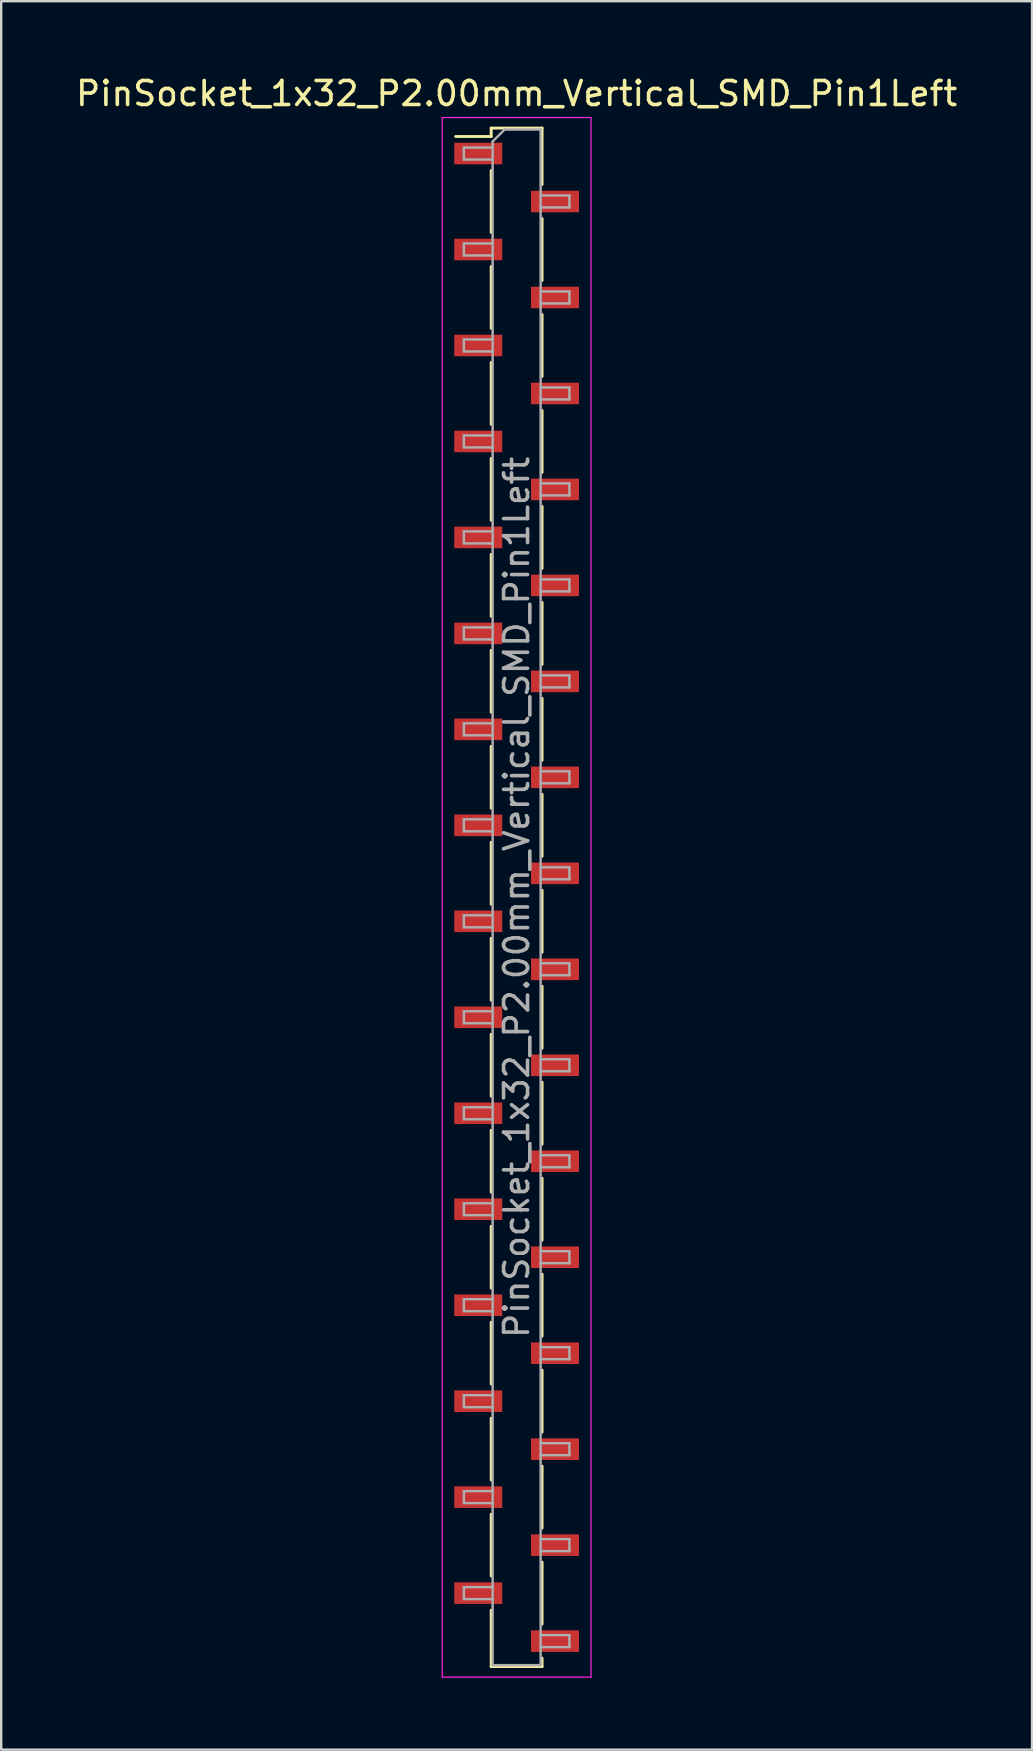
<source format=kicad_pcb>
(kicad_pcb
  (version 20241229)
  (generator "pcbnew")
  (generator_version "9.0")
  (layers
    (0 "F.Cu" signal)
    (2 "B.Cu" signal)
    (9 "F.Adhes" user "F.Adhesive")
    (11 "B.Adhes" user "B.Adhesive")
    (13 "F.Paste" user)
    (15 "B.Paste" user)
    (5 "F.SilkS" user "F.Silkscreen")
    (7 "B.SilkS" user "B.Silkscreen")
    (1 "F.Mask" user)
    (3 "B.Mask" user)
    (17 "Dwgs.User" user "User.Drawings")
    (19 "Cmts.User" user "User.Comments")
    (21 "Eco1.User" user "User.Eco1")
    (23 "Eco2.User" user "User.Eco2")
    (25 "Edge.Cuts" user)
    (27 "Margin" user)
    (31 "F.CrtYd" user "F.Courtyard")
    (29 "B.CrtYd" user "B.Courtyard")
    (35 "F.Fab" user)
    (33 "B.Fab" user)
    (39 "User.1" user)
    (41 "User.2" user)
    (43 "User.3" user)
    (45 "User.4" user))
  (footprint "PinSocket_1x32_P2.00mm_Vertical_SMD_Pin1Left"
    (layer "F.Cu")
    (at 18.482 34.348)
    (property "Reference" "PinSocket_1x32_P2.00mm_Vertical_SMD_Pin1Left" (at 0 -33.5 0) (layer "F.SilkS") (effects (font (size 1 1) (thickness 0.15))))
    (attr smd)
    (fp_line (start -2.54 -31.71) (end -1.06 -31.71) (stroke (width 0.12) (type solid)) (layer "F.SilkS"))
    (fp_line (start -1.06 -32.06) (end -1.06 -31.71) (stroke (width 0.12) (type solid)) (layer "F.SilkS"))
    (fp_line (start -1.06 -32.06) (end 1.06 -32.06) (stroke (width 0.12) (type solid)) (layer "F.SilkS"))
    (fp_line (start -1.06 -30.29) (end -1.06 -27.71) (stroke (width 0.12) (type solid)) (layer "F.SilkS"))
    (fp_line (start -1.06 -26.29) (end -1.06 -23.71) (stroke (width 0.12) (type solid)) (layer "F.SilkS"))
    (fp_line (start -1.06 -22.29) (end -1.06 -19.71) (stroke (width 0.12) (type solid)) (layer "F.SilkS"))
    (fp_line (start -1.06 -18.29) (end -1.06 -15.71) (stroke (width 0.12) (type solid)) (layer "F.SilkS"))
    (fp_line (start -1.06 -14.29) (end -1.06 -11.71) (stroke (width 0.12) (type solid)) (layer "F.SilkS"))
    (fp_line (start -1.06 -10.29) (end -1.06 -7.71) (stroke (width 0.12) (type solid)) (layer "F.SilkS"))
    (fp_line (start -1.06 -6.29) (end -1.06 -3.71) (stroke (width 0.12) (type solid)) (layer "F.SilkS"))
    (fp_line (start -1.06 -2.29) (end -1.06 0.29) (stroke (width 0.12) (type solid)) (layer "F.SilkS"))
    (fp_line (start -1.06 1.71) (end -1.06 4.29) (stroke (width 0.12) (type solid)) (layer "F.SilkS"))
    (fp_line (start -1.06 5.71) (end -1.06 8.29) (stroke (width 0.12) (type solid)) (layer "F.SilkS"))
    (fp_line (start -1.06 9.71) (end -1.06 12.29) (stroke (width 0.12) (type solid)) (layer "F.SilkS"))
    (fp_line (start -1.06 13.71) (end -1.06 16.29) (stroke (width 0.12) (type solid)) (layer "F.SilkS"))
    (fp_line (start -1.06 17.71) (end -1.06 20.29) (stroke (width 0.12) (type solid)) (layer "F.SilkS"))
    (fp_line (start -1.06 21.71) (end -1.06 24.29) (stroke (width 0.12) (type solid)) (layer "F.SilkS"))
    (fp_line (start -1.06 25.71) (end -1.06 28.29) (stroke (width 0.12) (type solid)) (layer "F.SilkS"))
    (fp_line (start -1.06 29.71) (end -1.06 32.06) (stroke (width 0.12) (type solid)) (layer "F.SilkS"))
    (fp_line (start -1.06 32.06) (end 1.06 32.06) (stroke (width 0.12) (type solid)) (layer "F.SilkS"))
    (fp_line (start 1.06 -32.06) (end 1.06 -29.71) (stroke (width 0.12) (type solid)) (layer "F.SilkS"))
    (fp_line (start 1.06 -28.29) (end 1.06 -25.71) (stroke (width 0.12) (type solid)) (layer "F.SilkS"))
    (fp_line (start 1.06 -24.29) (end 1.06 -21.71) (stroke (width 0.12) (type solid)) (layer "F.SilkS"))
    (fp_line (start 1.06 -20.29) (end 1.06 -17.71) (stroke (width 0.12) (type solid)) (layer "F.SilkS"))
    (fp_line (start 1.06 -16.29) (end 1.06 -13.71) (stroke (width 0.12) (type solid)) (layer "F.SilkS"))
    (fp_line (start 1.06 -12.29) (end 1.06 -9.71) (stroke (width 0.12) (type solid)) (layer "F.SilkS"))
    (fp_line (start 1.06 -8.29) (end 1.06 -5.71) (stroke (width 0.12) (type solid)) (layer "F.SilkS"))
    (fp_line (start 1.06 -4.29) (end 1.06 -1.71) (stroke (width 0.12) (type solid)) (layer "F.SilkS"))
    (fp_line (start 1.06 -0.29) (end 1.06 2.29) (stroke (width 0.12) (type solid)) (layer "F.SilkS"))
    (fp_line (start 1.06 3.71) (end 1.06 6.29) (stroke (width 0.12) (type solid)) (layer "F.SilkS"))
    (fp_line (start 1.06 7.71) (end 1.06 10.29) (stroke (width 0.12) (type solid)) (layer "F.SilkS"))
    (fp_line (start 1.06 11.71) (end 1.06 14.29) (stroke (width 0.12) (type solid)) (layer "F.SilkS"))
    (fp_line (start 1.06 15.71) (end 1.06 18.29) (stroke (width 0.12) (type solid)) (layer "F.SilkS"))
    (fp_line (start 1.06 19.71) (end 1.06 22.29) (stroke (width 0.12) (type solid)) (layer "F.SilkS"))
    (fp_line (start 1.06 23.71) (end 1.06 26.29) (stroke (width 0.12) (type solid)) (layer "F.SilkS"))
    (fp_line (start 1.06 27.71) (end 1.06 30.29) (stroke (width 0.12) (type solid)) (layer "F.SilkS"))
    (fp_line (start 1.06 31.71) (end 1.06 32.06) (stroke (width 0.12) (type solid)) (layer "F.SilkS"))
    (fp_line (start -3.1 -32.5) (end 3.1 -32.5) (stroke (width 0.05) (type solid)) (layer "F.CrtYd"))
    (fp_line (start -3.1 32.5) (end -3.1 -32.5) (stroke (width 0.05) (type solid)) (layer "F.CrtYd"))
    (fp_line (start 3.1 -32.5) (end 3.1 32.5) (stroke (width 0.05) (type solid)) (layer "F.CrtYd"))
    (fp_line (start 3.1 32.5) (end -3.1 32.5) (stroke (width 0.05) (type solid)) (layer "F.CrtYd"))
    (fp_line (start -2.2 -31.25) (end -1 -31.25) (stroke (width 0.1) (type solid)) (layer "F.Fab"))
    (fp_line (start -2.2 -30.75) (end -2.2 -31.25) (stroke (width 0.1) (type solid)) (layer "F.Fab"))
    (fp_line (start -2.2 -27.25) (end -1 -27.25) (stroke (width 0.1) (type solid)) (layer "F.Fab"))
    (fp_line (start -2.2 -26.75) (end -2.2 -27.25) (stroke (width 0.1) (type solid)) (layer "F.Fab"))
    (fp_line (start -2.2 -23.25) (end -1 -23.25) (stroke (width 0.1) (type solid)) (layer "F.Fab"))
    (fp_line (start -2.2 -22.75) (end -2.2 -23.25) (stroke (width 0.1) (type solid)) (layer "F.Fab"))
    (fp_line (start -2.2 -19.25) (end -1 -19.25) (stroke (width 0.1) (type solid)) (layer "F.Fab"))
    (fp_line (start -2.2 -18.75) (end -2.2 -19.25) (stroke (width 0.1) (type solid)) (layer "F.Fab"))
    (fp_line (start -2.2 -15.25) (end -1 -15.25) (stroke (width 0.1) (type solid)) (layer "F.Fab"))
    (fp_line (start -2.2 -14.75) (end -2.2 -15.25) (stroke (width 0.1) (type solid)) (layer "F.Fab"))
    (fp_line (start -2.2 -11.25) (end -1 -11.25) (stroke (width 0.1) (type solid)) (layer "F.Fab"))
    (fp_line (start -2.2 -10.75) (end -2.2 -11.25) (stroke (width 0.1) (type solid)) (layer "F.Fab"))
    (fp_line (start -2.2 -7.25) (end -1 -7.25) (stroke (width 0.1) (type solid)) (layer "F.Fab"))
    (fp_line (start -2.2 -6.75) (end -2.2 -7.25) (stroke (width 0.1) (type solid)) (layer "F.Fab"))
    (fp_line (start -2.2 -3.25) (end -1 -3.25) (stroke (width 0.1) (type solid)) (layer "F.Fab"))
    (fp_line (start -2.2 -2.75) (end -2.2 -3.25) (stroke (width 0.1) (type solid)) (layer "F.Fab"))
    (fp_line (start -2.2 0.75) (end -1 0.75) (stroke (width 0.1) (type solid)) (layer "F.Fab"))
    (fp_line (start -2.2 1.25) (end -2.2 0.75) (stroke (width 0.1) (type solid)) (layer "F.Fab"))
    (fp_line (start -2.2 4.75) (end -1 4.75) (stroke (width 0.1) (type solid)) (layer "F.Fab"))
    (fp_line (start -2.2 5.25) (end -2.2 4.75) (stroke (width 0.1) (type solid)) (layer "F.Fab"))
    (fp_line (start -2.2 8.75) (end -1 8.75) (stroke (width 0.1) (type solid)) (layer "F.Fab"))
    (fp_line (start -2.2 9.25) (end -2.2 8.75) (stroke (width 0.1) (type solid)) (layer "F.Fab"))
    (fp_line (start -2.2 12.75) (end -1 12.75) (stroke (width 0.1) (type solid)) (layer "F.Fab"))
    (fp_line (start -2.2 13.25) (end -2.2 12.75) (stroke (width 0.1) (type solid)) (layer "F.Fab"))
    (fp_line (start -2.2 16.75) (end -1 16.75) (stroke (width 0.1) (type solid)) (layer "F.Fab"))
    (fp_line (start -2.2 17.25) (end -2.2 16.75) (stroke (width 0.1) (type solid)) (layer "F.Fab"))
    (fp_line (start -2.2 20.75) (end -1 20.75) (stroke (width 0.1) (type solid)) (layer "F.Fab"))
    (fp_line (start -2.2 21.25) (end -2.2 20.75) (stroke (width 0.1) (type solid)) (layer "F.Fab"))
    (fp_line (start -2.2 24.75) (end -1 24.75) (stroke (width 0.1) (type solid)) (layer "F.Fab"))
    (fp_line (start -2.2 25.25) (end -2.2 24.75) (stroke (width 0.1) (type solid)) (layer "F.Fab"))
    (fp_line (start -2.2 28.75) (end -1 28.75) (stroke (width 0.1) (type solid)) (layer "F.Fab"))
    (fp_line (start -2.2 29.25) (end -2.2 28.75) (stroke (width 0.1) (type solid)) (layer "F.Fab"))
    (fp_line (start -1 -31.5) (end -0.5 -32) (stroke (width 0.1) (type solid)) (layer "F.Fab"))
    (fp_line (start -1 -30.75) (end -2.2 -30.75) (stroke (width 0.1) (type solid)) (layer "F.Fab"))
    (fp_line (start -1 -26.75) (end -2.2 -26.75) (stroke (width 0.1) (type solid)) (layer "F.Fab"))
    (fp_line (start -1 -22.75) (end -2.2 -22.75) (stroke (width 0.1) (type solid)) (layer "F.Fab"))
    (fp_line (start -1 -18.75) (end -2.2 -18.75) (stroke (width 0.1) (type solid)) (layer "F.Fab"))
    (fp_line (start -1 -14.75) (end -2.2 -14.75) (stroke (width 0.1) (type solid)) (layer "F.Fab"))
    (fp_line (start -1 -10.75) (end -2.2 -10.75) (stroke (width 0.1) (type solid)) (layer "F.Fab"))
    (fp_line (start -1 -6.75) (end -2.2 -6.75) (stroke (width 0.1) (type solid)) (layer "F.Fab"))
    (fp_line (start -1 -2.75) (end -2.2 -2.75) (stroke (width 0.1) (type solid)) (layer "F.Fab"))
    (fp_line (start -1 1.25) (end -2.2 1.25) (stroke (width 0.1) (type solid)) (layer "F.Fab"))
    (fp_line (start -1 5.25) (end -2.2 5.25) (stroke (width 0.1) (type solid)) (layer "F.Fab"))
    (fp_line (start -1 9.25) (end -2.2 9.25) (stroke (width 0.1) (type solid)) (layer "F.Fab"))
    (fp_line (start -1 13.25) (end -2.2 13.25) (stroke (width 0.1) (type solid)) (layer "F.Fab"))
    (fp_line (start -1 17.25) (end -2.2 17.25) (stroke (width 0.1) (type solid)) (layer "F.Fab"))
    (fp_line (start -1 21.25) (end -2.2 21.25) (stroke (width 0.1) (type solid)) (layer "F.Fab"))
    (fp_line (start -1 25.25) (end -2.2 25.25) (stroke (width 0.1) (type solid)) (layer "F.Fab"))
    (fp_line (start -1 29.25) (end -2.2 29.25) (stroke (width 0.1) (type solid)) (layer "F.Fab"))
    (fp_line (start -1 32) (end -1 -31.5) (stroke (width 0.1) (type solid)) (layer "F.Fab"))
    (fp_line (start -0.5 -32) (end 1 -32) (stroke (width 0.1) (type solid)) (layer "F.Fab"))
    (fp_line (start 1 -32) (end 1 32) (stroke (width 0.1) (type solid)) (layer "F.Fab"))
    (fp_line (start 1 -29.25) (end 2.2 -29.25) (stroke (width 0.1) (type solid)) (layer "F.Fab"))
    (fp_line (start 1 -25.25) (end 2.2 -25.25) (stroke (width 0.1) (type solid)) (layer "F.Fab"))
    (fp_line (start 1 -21.25) (end 2.2 -21.25) (stroke (width 0.1) (type solid)) (layer "F.Fab"))
    (fp_line (start 1 -17.25) (end 2.2 -17.25) (stroke (width 0.1) (type solid)) (layer "F.Fab"))
    (fp_line (start 1 -13.25) (end 2.2 -13.25) (stroke (width 0.1) (type solid)) (layer "F.Fab"))
    (fp_line (start 1 -9.25) (end 2.2 -9.25) (stroke (width 0.1) (type solid)) (layer "F.Fab"))
    (fp_line (start 1 -5.25) (end 2.2 -5.25) (stroke (width 0.1) (type solid)) (layer "F.Fab"))
    (fp_line (start 1 -1.25) (end 2.2 -1.25) (stroke (width 0.1) (type solid)) (layer "F.Fab"))
    (fp_line (start 1 2.75) (end 2.2 2.75) (stroke (width 0.1) (type solid)) (layer "F.Fab"))
    (fp_line (start 1 6.75) (end 2.2 6.75) (stroke (width 0.1) (type solid)) (layer "F.Fab"))
    (fp_line (start 1 10.75) (end 2.2 10.75) (stroke (width 0.1) (type solid)) (layer "F.Fab"))
    (fp_line (start 1 14.75) (end 2.2 14.75) (stroke (width 0.1) (type solid)) (layer "F.Fab"))
    (fp_line (start 1 18.75) (end 2.2 18.75) (stroke (width 0.1) (type solid)) (layer "F.Fab"))
    (fp_line (start 1 22.75) (end 2.2 22.75) (stroke (width 0.1) (type solid)) (layer "F.Fab"))
    (fp_line (start 1 26.75) (end 2.2 26.75) (stroke (width 0.1) (type solid)) (layer "F.Fab"))
    (fp_line (start 1 30.75) (end 2.2 30.75) (stroke (width 0.1) (type solid)) (layer "F.Fab"))
    (fp_line (start 1 32) (end -1 32) (stroke (width 0.1) (type solid)) (layer "F.Fab"))
    (fp_line (start 2.2 -29.25) (end 2.2 -28.75) (stroke (width 0.1) (type solid)) (layer "F.Fab"))
    (fp_line (start 2.2 -28.75) (end 1 -28.75) (stroke (width 0.1) (type solid)) (layer "F.Fab"))
    (fp_line (start 2.2 -25.25) (end 2.2 -24.75) (stroke (width 0.1) (type solid)) (layer "F.Fab"))
    (fp_line (start 2.2 -24.75) (end 1 -24.75) (stroke (width 0.1) (type solid)) (layer "F.Fab"))
    (fp_line (start 2.2 -21.25) (end 2.2 -20.75) (stroke (width 0.1) (type solid)) (layer "F.Fab"))
    (fp_line (start 2.2 -20.75) (end 1 -20.75) (stroke (width 0.1) (type solid)) (layer "F.Fab"))
    (fp_line (start 2.2 -17.25) (end 2.2 -16.75) (stroke (width 0.1) (type solid)) (layer "F.Fab"))
    (fp_line (start 2.2 -16.75) (end 1 -16.75) (stroke (width 0.1) (type solid)) (layer "F.Fab"))
    (fp_line (start 2.2 -13.25) (end 2.2 -12.75) (stroke (width 0.1) (type solid)) (layer "F.Fab"))
    (fp_line (start 2.2 -12.75) (end 1 -12.75) (stroke (width 0.1) (type solid)) (layer "F.Fab"))
    (fp_line (start 2.2 -9.25) (end 2.2 -8.75) (stroke (width 0.1) (type solid)) (layer "F.Fab"))
    (fp_line (start 2.2 -8.75) (end 1 -8.75) (stroke (width 0.1) (type solid)) (layer "F.Fab"))
    (fp_line (start 2.2 -5.25) (end 2.2 -4.75) (stroke (width 0.1) (type solid)) (layer "F.Fab"))
    (fp_line (start 2.2 -4.75) (end 1 -4.75) (stroke (width 0.1) (type solid)) (layer "F.Fab"))
    (fp_line (start 2.2 -1.25) (end 2.2 -0.75) (stroke (width 0.1) (type solid)) (layer "F.Fab"))
    (fp_line (start 2.2 -0.75) (end 1 -0.75) (stroke (width 0.1) (type solid)) (layer "F.Fab"))
    (fp_line (start 2.2 2.75) (end 2.2 3.25) (stroke (width 0.1) (type solid)) (layer "F.Fab"))
    (fp_line (start 2.2 3.25) (end 1 3.25) (stroke (width 0.1) (type solid)) (layer "F.Fab"))
    (fp_line (start 2.2 6.75) (end 2.2 7.25) (stroke (width 0.1) (type solid)) (layer "F.Fab"))
    (fp_line (start 2.2 7.25) (end 1 7.25) (stroke (width 0.1) (type solid)) (layer "F.Fab"))
    (fp_line (start 2.2 10.75) (end 2.2 11.25) (stroke (width 0.1) (type solid)) (layer "F.Fab"))
    (fp_line (start 2.2 11.25) (end 1 11.25) (stroke (width 0.1) (type solid)) (layer "F.Fab"))
    (fp_line (start 2.2 14.75) (end 2.2 15.25) (stroke (width 0.1) (type solid)) (layer "F.Fab"))
    (fp_line (start 2.2 15.25) (end 1 15.25) (stroke (width 0.1) (type solid)) (layer "F.Fab"))
    (fp_line (start 2.2 18.75) (end 2.2 19.25) (stroke (width 0.1) (type solid)) (layer "F.Fab"))
    (fp_line (start 2.2 19.25) (end 1 19.25) (stroke (width 0.1) (type solid)) (layer "F.Fab"))
    (fp_line (start 2.2 22.75) (end 2.2 23.25) (stroke (width 0.1) (type solid)) (layer "F.Fab"))
    (fp_line (start 2.2 23.25) (end 1 23.25) (stroke (width 0.1) (type solid)) (layer "F.Fab"))
    (fp_line (start 2.2 26.75) (end 2.2 27.25) (stroke (width 0.1) (type solid)) (layer "F.Fab"))
    (fp_line (start 2.2 27.25) (end 1 27.25) (stroke (width 0.1) (type solid)) (layer "F.Fab"))
    (fp_line (start 2.2 30.75) (end 2.2 31.25) (stroke (width 0.1) (type solid)) (layer "F.Fab"))
    (fp_line (start 2.2 31.25) (end 1 31.25) (stroke (width 0.1) (type solid)) (layer "F.Fab"))
    (fp_text user "${REFERENCE}" (at 0 0 90) (layer "F.Fab") (effects (font (size 1 1) (thickness 0.15))))
    (pad "1" smd rect (at -1.6 -31) (size 2 0.9) (layers "F.Cu" "F.Mask" "F.Paste"))
    (pad "2" smd rect (at 1.6 -29) (size 2 0.9) (layers "F.Cu" "F.Mask" "F.Paste"))
    (pad "3" smd rect (at -1.6 -27) (size 2 0.9) (layers "F.Cu" "F.Mask" "F.Paste"))
    (pad "4" smd rect (at 1.6 -25) (size 2 0.9) (layers "F.Cu" "F.Mask" "F.Paste"))
    (pad "5" smd rect (at -1.6 -23) (size 2 0.9) (layers "F.Cu" "F.Mask" "F.Paste"))
    (pad "6" smd rect (at 1.6 -21) (size 2 0.9) (layers "F.Cu" "F.Mask" "F.Paste"))
    (pad "7" smd rect (at -1.6 -19) (size 2 0.9) (layers "F.Cu" "F.Mask" "F.Paste"))
    (pad "8" smd rect (at 1.6 -17) (size 2 0.9) (layers "F.Cu" "F.Mask" "F.Paste"))
    (pad "9" smd rect (at -1.6 -15) (size 2 0.9) (layers "F.Cu" "F.Mask" "F.Paste"))
    (pad "10" smd rect (at 1.6 -13) (size 2 0.9) (layers "F.Cu" "F.Mask" "F.Paste"))
    (pad "11" smd rect (at -1.6 -11) (size 2 0.9) (layers "F.Cu" "F.Mask" "F.Paste"))
    (pad "12" smd rect (at 1.6 -9) (size 2 0.9) (layers "F.Cu" "F.Mask" "F.Paste"))
    (pad "13" smd rect (at -1.6 -7) (size 2 0.9) (layers "F.Cu" "F.Mask" "F.Paste"))
    (pad "14" smd rect (at 1.6 -5) (size 2 0.9) (layers "F.Cu" "F.Mask" "F.Paste"))
    (pad "15" smd rect (at -1.6 -3) (size 2 0.9) (layers "F.Cu" "F.Mask" "F.Paste"))
    (pad "16" smd rect (at 1.6 -1) (size 2 0.9) (layers "F.Cu" "F.Mask" "F.Paste"))
    (pad "17" smd rect (at -1.6 1) (size 2 0.9) (layers "F.Cu" "F.Mask" "F.Paste"))
    (pad "18" smd rect (at 1.6 3) (size 2 0.9) (layers "F.Cu" "F.Mask" "F.Paste"))
    (pad "19" smd rect (at -1.6 5) (size 2 0.9) (layers "F.Cu" "F.Mask" "F.Paste"))
    (pad "20" smd rect (at 1.6 7) (size 2 0.9) (layers "F.Cu" "F.Mask" "F.Paste"))
    (pad "21" smd rect (at -1.6 9) (size 2 0.9) (layers "F.Cu" "F.Mask" "F.Paste"))
    (pad "22" smd rect (at 1.6 11) (size 2 0.9) (layers "F.Cu" "F.Mask" "F.Paste"))
    (pad "23" smd rect (at -1.6 13) (size 2 0.9) (layers "F.Cu" "F.Mask" "F.Paste"))
    (pad "24" smd rect (at 1.6 15) (size 2 0.9) (layers "F.Cu" "F.Mask" "F.Paste"))
    (pad "25" smd rect (at -1.6 17) (size 2 0.9) (layers "F.Cu" "F.Mask" "F.Paste"))
    (pad "26" smd rect (at 1.6 19) (size 2 0.9) (layers "F.Cu" "F.Mask" "F.Paste"))
    (pad "27" smd rect (at -1.6 21) (size 2 0.9) (layers "F.Cu" "F.Mask" "F.Paste"))
    (pad "28" smd rect (at 1.6 23) (size 2 0.9) (layers "F.Cu" "F.Mask" "F.Paste"))
    (pad "29" smd rect (at -1.6 25) (size 2 0.9) (layers "F.Cu" "F.Mask" "F.Paste"))
    (pad "30" smd rect (at 1.6 27) (size 2 0.9) (layers "F.Cu" "F.Mask" "F.Paste"))
    (pad "31" smd rect (at -1.6 29) (size 2 0.9) (layers "F.Cu" "F.Mask" "F.Paste"))
    (pad "32" smd rect (at 1.6 31) (size 2 0.9) (layers "F.Cu" "F.Mask" "F.Paste")))
  (gr_rect
    (start -3 -3)
    (end 39.964 69.873)
    (stroke (width 0.1) (type default))
    (fill no)
    (layer "Edge.Cuts")))
</source>
